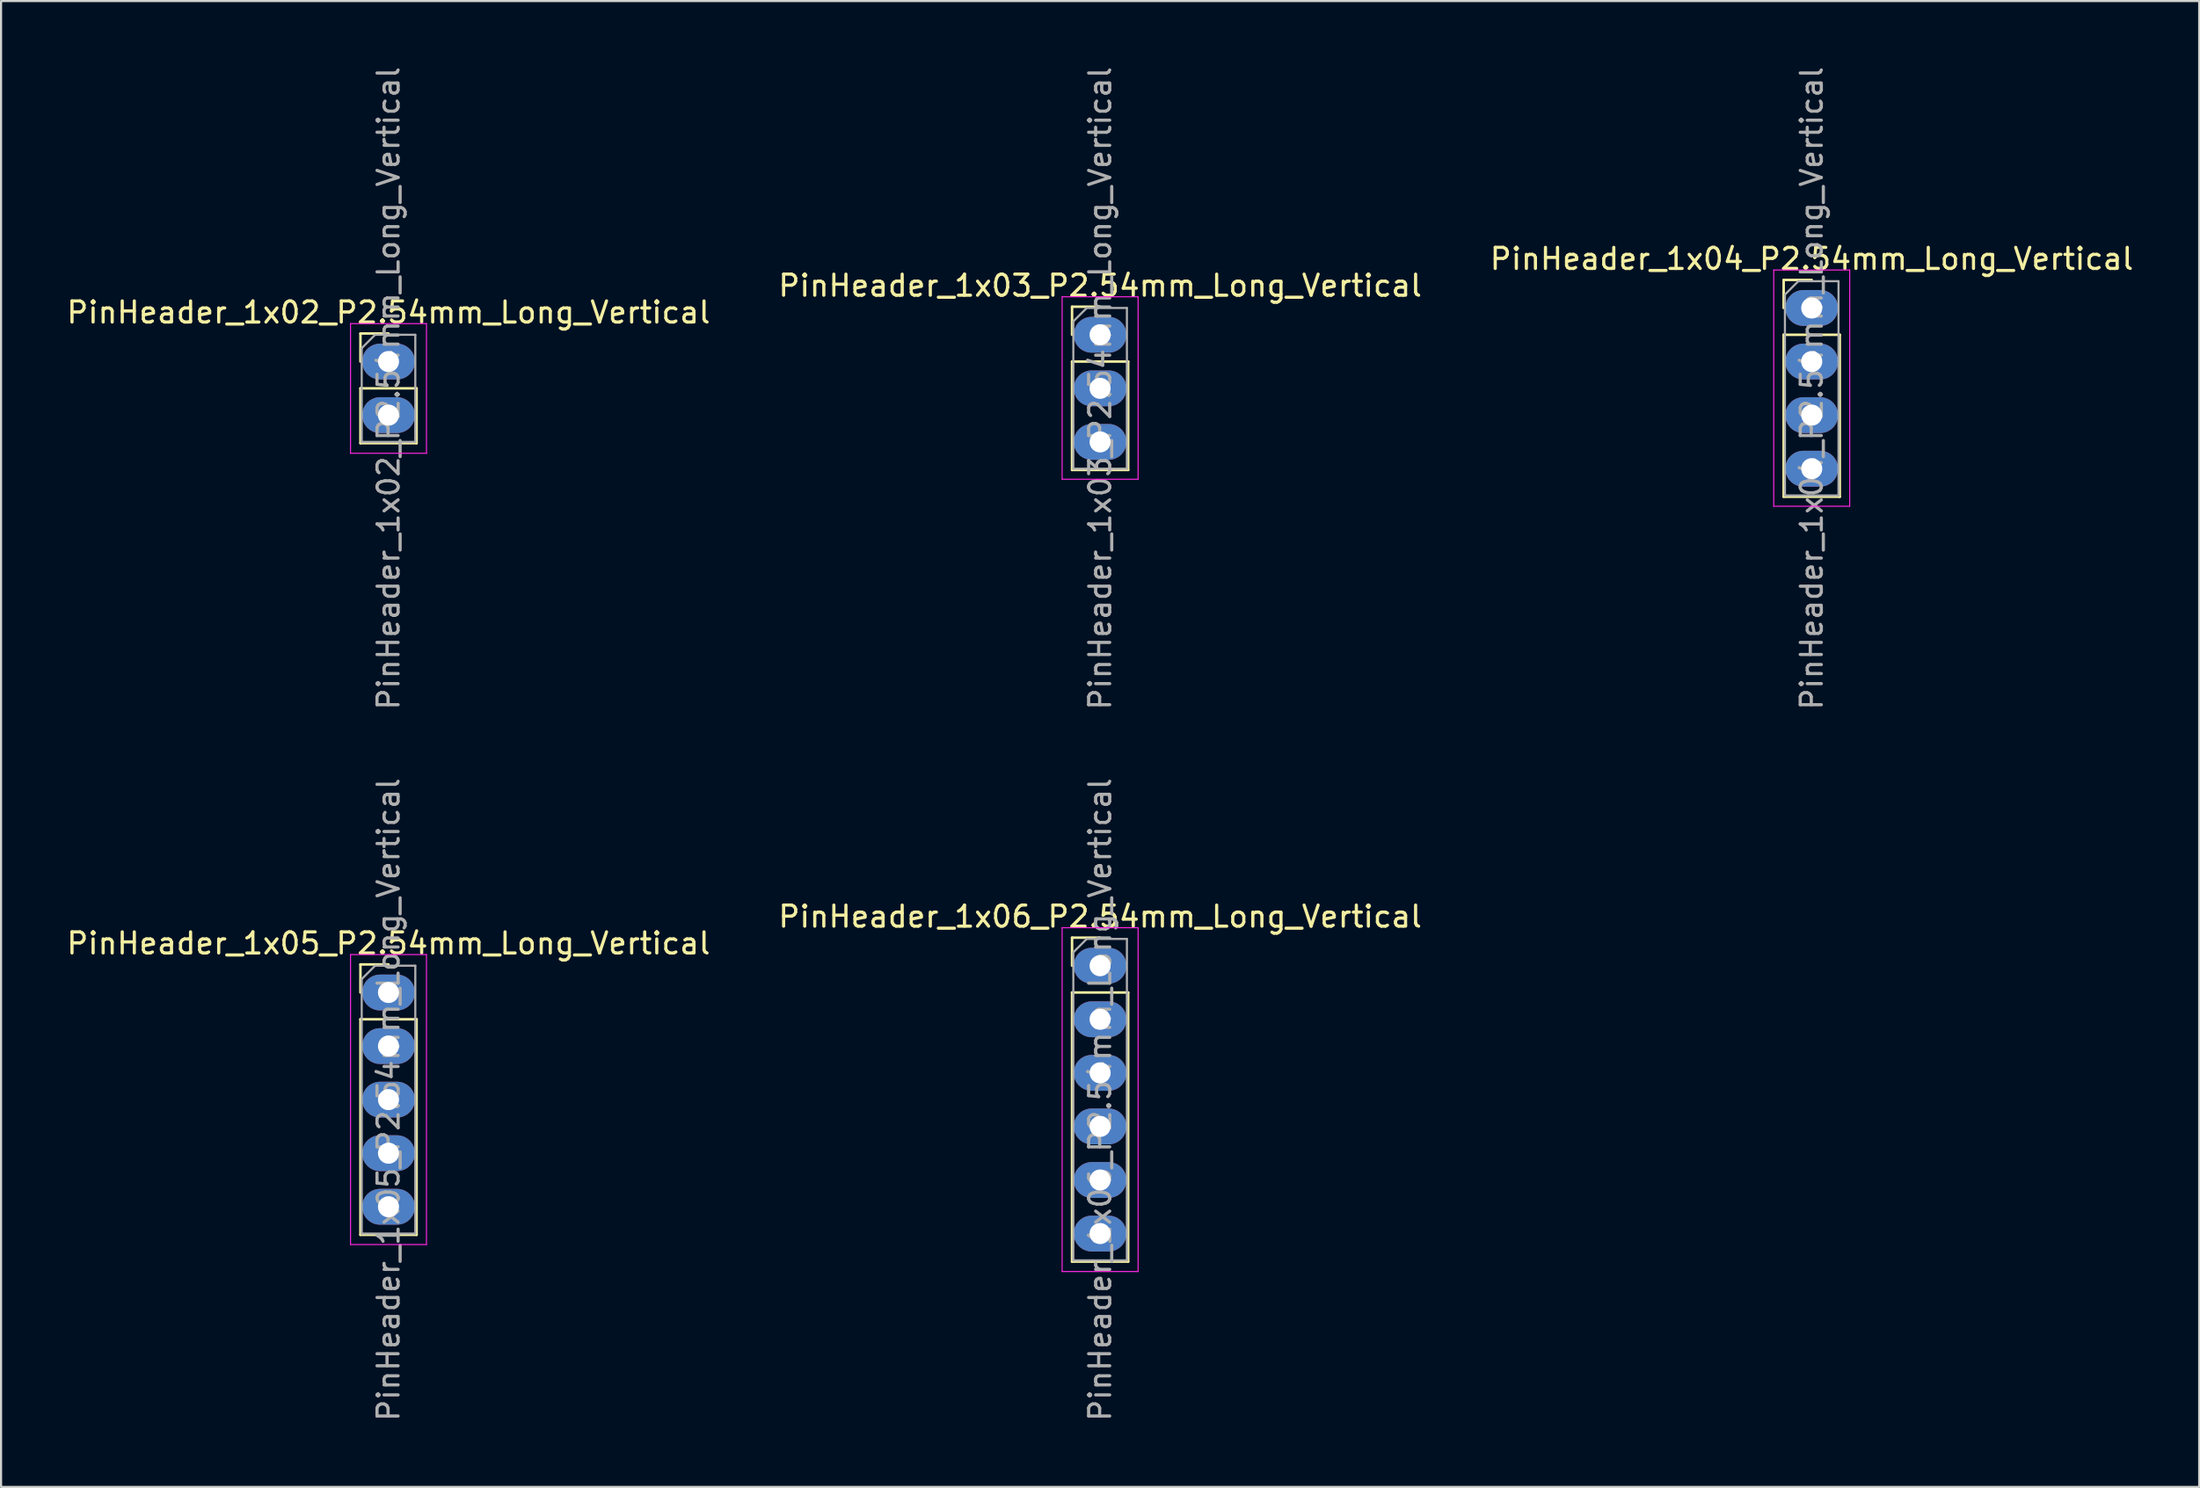
<source format=kicad_pcb>
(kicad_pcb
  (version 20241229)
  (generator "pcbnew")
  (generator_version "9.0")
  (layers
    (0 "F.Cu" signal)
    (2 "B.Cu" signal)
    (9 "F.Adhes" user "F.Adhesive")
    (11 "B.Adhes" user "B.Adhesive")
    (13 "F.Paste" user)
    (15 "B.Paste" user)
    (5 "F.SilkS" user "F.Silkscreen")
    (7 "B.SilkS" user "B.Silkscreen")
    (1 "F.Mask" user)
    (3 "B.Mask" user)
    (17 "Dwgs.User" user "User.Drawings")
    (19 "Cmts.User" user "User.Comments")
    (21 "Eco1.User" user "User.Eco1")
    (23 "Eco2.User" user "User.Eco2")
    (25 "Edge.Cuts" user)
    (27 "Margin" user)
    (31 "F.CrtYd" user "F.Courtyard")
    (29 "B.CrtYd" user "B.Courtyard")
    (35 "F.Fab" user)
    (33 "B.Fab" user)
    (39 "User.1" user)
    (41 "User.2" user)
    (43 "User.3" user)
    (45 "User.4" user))
  (footprint "PinHeader_1x05_P2.54mm_Long_Vertical"
    (layer "F.Cu")
    (at 15.363 44.009)
    (property "Reference" "PinHeader_1x05_P2.54mm_Long_Vertical" (at 0 -2.33 0) (layer "F.SilkS") (effects (font (size 1 1) (thickness 0.15))))
    (attr through_hole)
    (fp_line (start -1.33 -1.33) (end 0 -1.33) (stroke (width 0.12) (type solid)) (layer "F.SilkS"))
    (fp_line (start -1.33 0) (end -1.33 -1.33) (stroke (width 0.12) (type solid)) (layer "F.SilkS"))
    (fp_line (start -1.33 1.27) (end -1.33 11.49) (stroke (width 0.12) (type solid)) (layer "F.SilkS"))
    (fp_line (start -1.33 1.27) (end 1.33 1.27) (stroke (width 0.12) (type solid)) (layer "F.SilkS"))
    (fp_line (start -1.33 11.49) (end 1.33 11.49) (stroke (width 0.12) (type solid)) (layer "F.SilkS"))
    (fp_line (start 1.33 1.27) (end 1.33 11.49) (stroke (width 0.12) (type solid)) (layer "F.SilkS"))
    (fp_line (start -1.8 -1.8) (end -1.8 11.95) (stroke (width 0.05) (type solid)) (layer "F.CrtYd"))
    (fp_line (start -1.8 11.95) (end 1.8 11.95) (stroke (width 0.05) (type solid)) (layer "F.CrtYd"))
    (fp_line (start 1.8 -1.8) (end -1.8 -1.8) (stroke (width 0.05) (type solid)) (layer "F.CrtYd"))
    (fp_line (start 1.8 11.95) (end 1.8 -1.8) (stroke (width 0.05) (type solid)) (layer "F.CrtYd"))
    (fp_line (start -1.27 -0.635) (end -0.635 -1.27) (stroke (width 0.1) (type solid)) (layer "F.Fab"))
    (fp_line (start -1.27 11.43) (end -1.27 -0.635) (stroke (width 0.1) (type solid)) (layer "F.Fab"))
    (fp_line (start -0.635 -1.27) (end 1.27 -1.27) (stroke (width 0.1) (type solid)) (layer "F.Fab"))
    (fp_line (start 1.27 -1.27) (end 1.27 11.43) (stroke (width 0.1) (type solid)) (layer "F.Fab"))
    (fp_line (start 1.27 11.43) (end -1.27 11.43) (stroke (width 0.1) (type solid)) (layer "F.Fab"))
    (fp_text user "${REFERENCE}" (at 0 5.08 90) (layer "F.Fab") (effects (font (size 1 1) (thickness 0.15))))
    (pad "1" thru_hole oval (at 0 0) (size 2.5 1.7) (drill 1) (layers "*.Cu" "*.Mask"))
    (pad "2" thru_hole oval (at 0 2.54) (size 2.5 1.7) (drill 1) (layers "*.Cu" "*.Mask"))
    (pad "3" thru_hole oval (at 0 5.08) (size 2.5 1.7) (drill 1) (layers "*.Cu" "*.Mask"))
    (pad "4" thru_hole oval (at 0 7.62) (size 2.5 1.7) (drill 1) (layers "*.Cu" "*.Mask"))
    (pad "5" thru_hole oval (at 0 10.16) (size 2.5 1.7) (drill 1) (layers "*.Cu" "*.Mask")))
  (footprint "PinHeader_1x03_P2.54mm_Long_Vertical"
    (layer "F.Cu")
    (at 49.089 12.823)
    (property "Reference" "PinHeader_1x03_P2.54mm_Long_Vertical" (at 0 -2.33 0) (layer "F.SilkS") (effects (font (size 1 1) (thickness 0.15))))
    (attr through_hole)
    (fp_line (start -1.33 -1.33) (end 0 -1.33) (stroke (width 0.12) (type solid)) (layer "F.SilkS"))
    (fp_line (start -1.33 0) (end -1.33 -1.33) (stroke (width 0.12) (type solid)) (layer "F.SilkS"))
    (fp_line (start -1.33 1.27) (end -1.33 6.41) (stroke (width 0.12) (type solid)) (layer "F.SilkS"))
    (fp_line (start -1.33 1.27) (end 1.33 1.27) (stroke (width 0.12) (type solid)) (layer "F.SilkS"))
    (fp_line (start -1.33 6.41) (end 1.33 6.41) (stroke (width 0.12) (type solid)) (layer "F.SilkS"))
    (fp_line (start 1.33 1.27) (end 1.33 6.41) (stroke (width 0.12) (type solid)) (layer "F.SilkS"))
    (fp_line (start -1.8 -1.8) (end -1.8 6.85) (stroke (width 0.05) (type solid)) (layer "F.CrtYd"))
    (fp_line (start -1.8 6.85) (end 1.8 6.85) (stroke (width 0.05) (type solid)) (layer "F.CrtYd"))
    (fp_line (start 1.8 -1.8) (end -1.8 -1.8) (stroke (width 0.05) (type solid)) (layer "F.CrtYd"))
    (fp_line (start 1.8 6.85) (end 1.8 -1.8) (stroke (width 0.05) (type solid)) (layer "F.CrtYd"))
    (fp_line (start -1.27 -0.635) (end -0.635 -1.27) (stroke (width 0.1) (type solid)) (layer "F.Fab"))
    (fp_line (start -1.27 6.35) (end -1.27 -0.635) (stroke (width 0.1) (type solid)) (layer "F.Fab"))
    (fp_line (start -0.635 -1.27) (end 1.27 -1.27) (stroke (width 0.1) (type solid)) (layer "F.Fab"))
    (fp_line (start 1.27 -1.27) (end 1.27 6.35) (stroke (width 0.1) (type solid)) (layer "F.Fab"))
    (fp_line (start 1.27 6.35) (end -1.27 6.35) (stroke (width 0.1) (type solid)) (layer "F.Fab"))
    (fp_text user "${REFERENCE}" (at 0 2.54 90) (layer "F.Fab") (effects (font (size 1 1) (thickness 0.15))))
    (pad "1" thru_hole oval (at 0 0) (size 2.5 1.7) (drill 1) (layers "*.Cu" "*.Mask"))
    (pad "2" thru_hole oval (at 0 2.54) (size 2.5 1.7) (drill 1) (layers "*.Cu" "*.Mask"))
    (pad "3" thru_hole oval (at 0 5.08) (size 2.5 1.7) (drill 1) (layers "*.Cu" "*.Mask")))
  (footprint "PinHeader_1x04_P2.54mm_Long_Vertical"
    (layer "F.Cu")
    (at 82.815 11.553)
    (property "Reference" "PinHeader_1x04_P2.54mm_Long_Vertical" (at 0 -2.33 0) (layer "F.SilkS") (effects (font (size 1 1) (thickness 0.15))))
    (attr through_hole)
    (fp_line (start -1.33 -1.33) (end 0 -1.33) (stroke (width 0.12) (type solid)) (layer "F.SilkS"))
    (fp_line (start -1.33 0) (end -1.33 -1.33) (stroke (width 0.12) (type solid)) (layer "F.SilkS"))
    (fp_line (start -1.33 1.27) (end -1.33 8.95) (stroke (width 0.12) (type solid)) (layer "F.SilkS"))
    (fp_line (start -1.33 1.27) (end 1.33 1.27) (stroke (width 0.12) (type solid)) (layer "F.SilkS"))
    (fp_line (start -1.33 8.95) (end 1.33 8.95) (stroke (width 0.12) (type solid)) (layer "F.SilkS"))
    (fp_line (start 1.33 1.27) (end 1.33 8.95) (stroke (width 0.12) (type solid)) (layer "F.SilkS"))
    (fp_line (start -1.8 -1.8) (end -1.8 9.4) (stroke (width 0.05) (type solid)) (layer "F.CrtYd"))
    (fp_line (start -1.8 9.4) (end 1.8 9.4) (stroke (width 0.05) (type solid)) (layer "F.CrtYd"))
    (fp_line (start 1.8 -1.8) (end -1.8 -1.8) (stroke (width 0.05) (type solid)) (layer "F.CrtYd"))
    (fp_line (start 1.8 9.4) (end 1.8 -1.8) (stroke (width 0.05) (type solid)) (layer "F.CrtYd"))
    (fp_line (start -1.27 -0.635) (end -0.635 -1.27) (stroke (width 0.1) (type solid)) (layer "F.Fab"))
    (fp_line (start -1.27 8.89) (end -1.27 -0.635) (stroke (width 0.1) (type solid)) (layer "F.Fab"))
    (fp_line (start -0.635 -1.27) (end 1.27 -1.27) (stroke (width 0.1) (type solid)) (layer "F.Fab"))
    (fp_line (start 1.27 -1.27) (end 1.27 8.89) (stroke (width 0.1) (type solid)) (layer "F.Fab"))
    (fp_line (start 1.27 8.89) (end -1.27 8.89) (stroke (width 0.1) (type solid)) (layer "F.Fab"))
    (fp_text user "${REFERENCE}" (at 0 3.81 90) (layer "F.Fab") (effects (font (size 1 1) (thickness 0.15))))
    (pad "1" thru_hole oval (at 0 0) (size 2.5 1.7) (drill 1) (layers "*.Cu" "*.Mask"))
    (pad "2" thru_hole oval (at 0 2.54) (size 2.5 1.7) (drill 1) (layers "*.Cu" "*.Mask"))
    (pad "3" thru_hole oval (at 0 5.08) (size 2.5 1.7) (drill 1) (layers "*.Cu" "*.Mask"))
    (pad "4" thru_hole oval (at 0 7.62) (size 2.5 1.7) (drill 1) (layers "*.Cu" "*.Mask")))
  (footprint "PinHeader_1x06_P2.54mm_Long_Vertical"
    (layer "F.Cu")
    (at 49.089 42.739)
    (property "Reference" "PinHeader_1x06_P2.54mm_Long_Vertical" (at 0 -2.33 0) (layer "F.SilkS") (effects (font (size 1 1) (thickness 0.15))))
    (attr through_hole)
    (fp_line (start -1.33 -1.33) (end 0 -1.33) (stroke (width 0.12) (type solid)) (layer "F.SilkS"))
    (fp_line (start -1.33 0) (end -1.33 -1.33) (stroke (width 0.12) (type solid)) (layer "F.SilkS"))
    (fp_line (start -1.33 1.27) (end -1.33 14.03) (stroke (width 0.12) (type solid)) (layer "F.SilkS"))
    (fp_line (start -1.33 1.27) (end 1.33 1.27) (stroke (width 0.12) (type solid)) (layer "F.SilkS"))
    (fp_line (start -1.33 14.03) (end 1.33 14.03) (stroke (width 0.12) (type solid)) (layer "F.SilkS"))
    (fp_line (start 1.33 1.27) (end 1.33 14.03) (stroke (width 0.12) (type solid)) (layer "F.SilkS"))
    (fp_line (start -1.8 -1.8) (end -1.8 14.5) (stroke (width 0.05) (type solid)) (layer "F.CrtYd"))
    (fp_line (start -1.8 14.5) (end 1.8 14.5) (stroke (width 0.05) (type solid)) (layer "F.CrtYd"))
    (fp_line (start 1.8 -1.8) (end -1.8 -1.8) (stroke (width 0.05) (type solid)) (layer "F.CrtYd"))
    (fp_line (start 1.8 14.5) (end 1.8 -1.8) (stroke (width 0.05) (type solid)) (layer "F.CrtYd"))
    (fp_line (start -1.27 -0.635) (end -0.635 -1.27) (stroke (width 0.1) (type solid)) (layer "F.Fab"))
    (fp_line (start -1.27 13.97) (end -1.27 -0.635) (stroke (width 0.1) (type solid)) (layer "F.Fab"))
    (fp_line (start -0.635 -1.27) (end 1.27 -1.27) (stroke (width 0.1) (type solid)) (layer "F.Fab"))
    (fp_line (start 1.27 -1.27) (end 1.27 13.97) (stroke (width 0.1) (type solid)) (layer "F.Fab"))
    (fp_line (start 1.27 13.97) (end -1.27 13.97) (stroke (width 0.1) (type solid)) (layer "F.Fab"))
    (fp_text user "${REFERENCE}" (at 0 6.35 90) (layer "F.Fab") (effects (font (size 1 1) (thickness 0.15))))
    (pad "1" thru_hole oval (at 0 0) (size 2.5 1.7) (drill 1) (layers "*.Cu" "*.Mask"))
    (pad "2" thru_hole oval (at 0 2.54) (size 2.5 1.7) (drill 1) (layers "*.Cu" "*.Mask"))
    (pad "3" thru_hole oval (at 0 5.08) (size 2.5 1.7) (drill 1) (layers "*.Cu" "*.Mask"))
    (pad "4" thru_hole oval (at 0 7.62) (size 2.5 1.7) (drill 1) (layers "*.Cu" "*.Mask"))
    (pad "5" thru_hole oval (at 0 10.16) (size 2.5 1.7) (drill 1) (layers "*.Cu" "*.Mask"))
    (pad "6" thru_hole oval (at 0 12.7) (size 2.5 1.7) (drill 1) (layers "*.Cu" "*.Mask")))
  (footprint "PinHeader_1x02_P2.54mm_Long_Vertical"
    (layer "F.Cu")
    (at 15.363 14.093)
    (property "Reference" "PinHeader_1x02_P2.54mm_Long_Vertical" (at 0 -2.33 0) (layer "F.SilkS") (effects (font (size 1 1) (thickness 0.15))))
    (attr through_hole)
    (fp_line (start -1.33 -1.33) (end 0 -1.33) (stroke (width 0.12) (type solid)) (layer "F.SilkS"))
    (fp_line (start -1.33 0) (end -1.33 -1.33) (stroke (width 0.12) (type solid)) (layer "F.SilkS"))
    (fp_line (start -1.33 1.27) (end -1.33 3.87) (stroke (width 0.12) (type solid)) (layer "F.SilkS"))
    (fp_line (start -1.33 1.27) (end 1.33 1.27) (stroke (width 0.12) (type solid)) (layer "F.SilkS"))
    (fp_line (start -1.33 3.87) (end 1.33 3.87) (stroke (width 0.12) (type solid)) (layer "F.SilkS"))
    (fp_line (start 1.33 1.27) (end 1.33 3.87) (stroke (width 0.12) (type solid)) (layer "F.SilkS"))
    (fp_line (start -1.8 -1.8) (end -1.8 4.35) (stroke (width 0.05) (type solid)) (layer "F.CrtYd"))
    (fp_line (start -1.8 4.35) (end 1.8 4.35) (stroke (width 0.05) (type solid)) (layer "F.CrtYd"))
    (fp_line (start 1.8 -1.8) (end -1.8 -1.8) (stroke (width 0.05) (type solid)) (layer "F.CrtYd"))
    (fp_line (start 1.8 4.35) (end 1.8 -1.8) (stroke (width 0.05) (type solid)) (layer "F.CrtYd"))
    (fp_line (start -1.27 -0.635) (end -0.635 -1.27) (stroke (width 0.1) (type solid)) (layer "F.Fab"))
    (fp_line (start -1.27 3.81) (end -1.27 -0.635) (stroke (width 0.1) (type solid)) (layer "F.Fab"))
    (fp_line (start -0.635 -1.27) (end 1.27 -1.27) (stroke (width 0.1) (type solid)) (layer "F.Fab"))
    (fp_line (start 1.27 -1.27) (end 1.27 3.81) (stroke (width 0.1) (type solid)) (layer "F.Fab"))
    (fp_line (start 1.27 3.81) (end -1.27 3.81) (stroke (width 0.1) (type solid)) (layer "F.Fab"))
    (fp_text user "${REFERENCE}" (at 0 1.27 90) (layer "F.Fab") (effects (font (size 1 1) (thickness 0.15))))
    (pad "1" thru_hole oval (at 0 0) (size 2.5 1.7) (drill 1) (layers "*.Cu" "*.Mask"))
    (pad "2" thru_hole oval (at 0 2.54) (size 2.5 1.7) (drill 1) (layers "*.Cu" "*.Mask")))
  (gr_rect
    (start -3 -3)
    (end 101.179 67.452)
    (stroke (width 0.1) (type default))
    (fill no)
    (layer "Edge.Cuts")))
</source>
